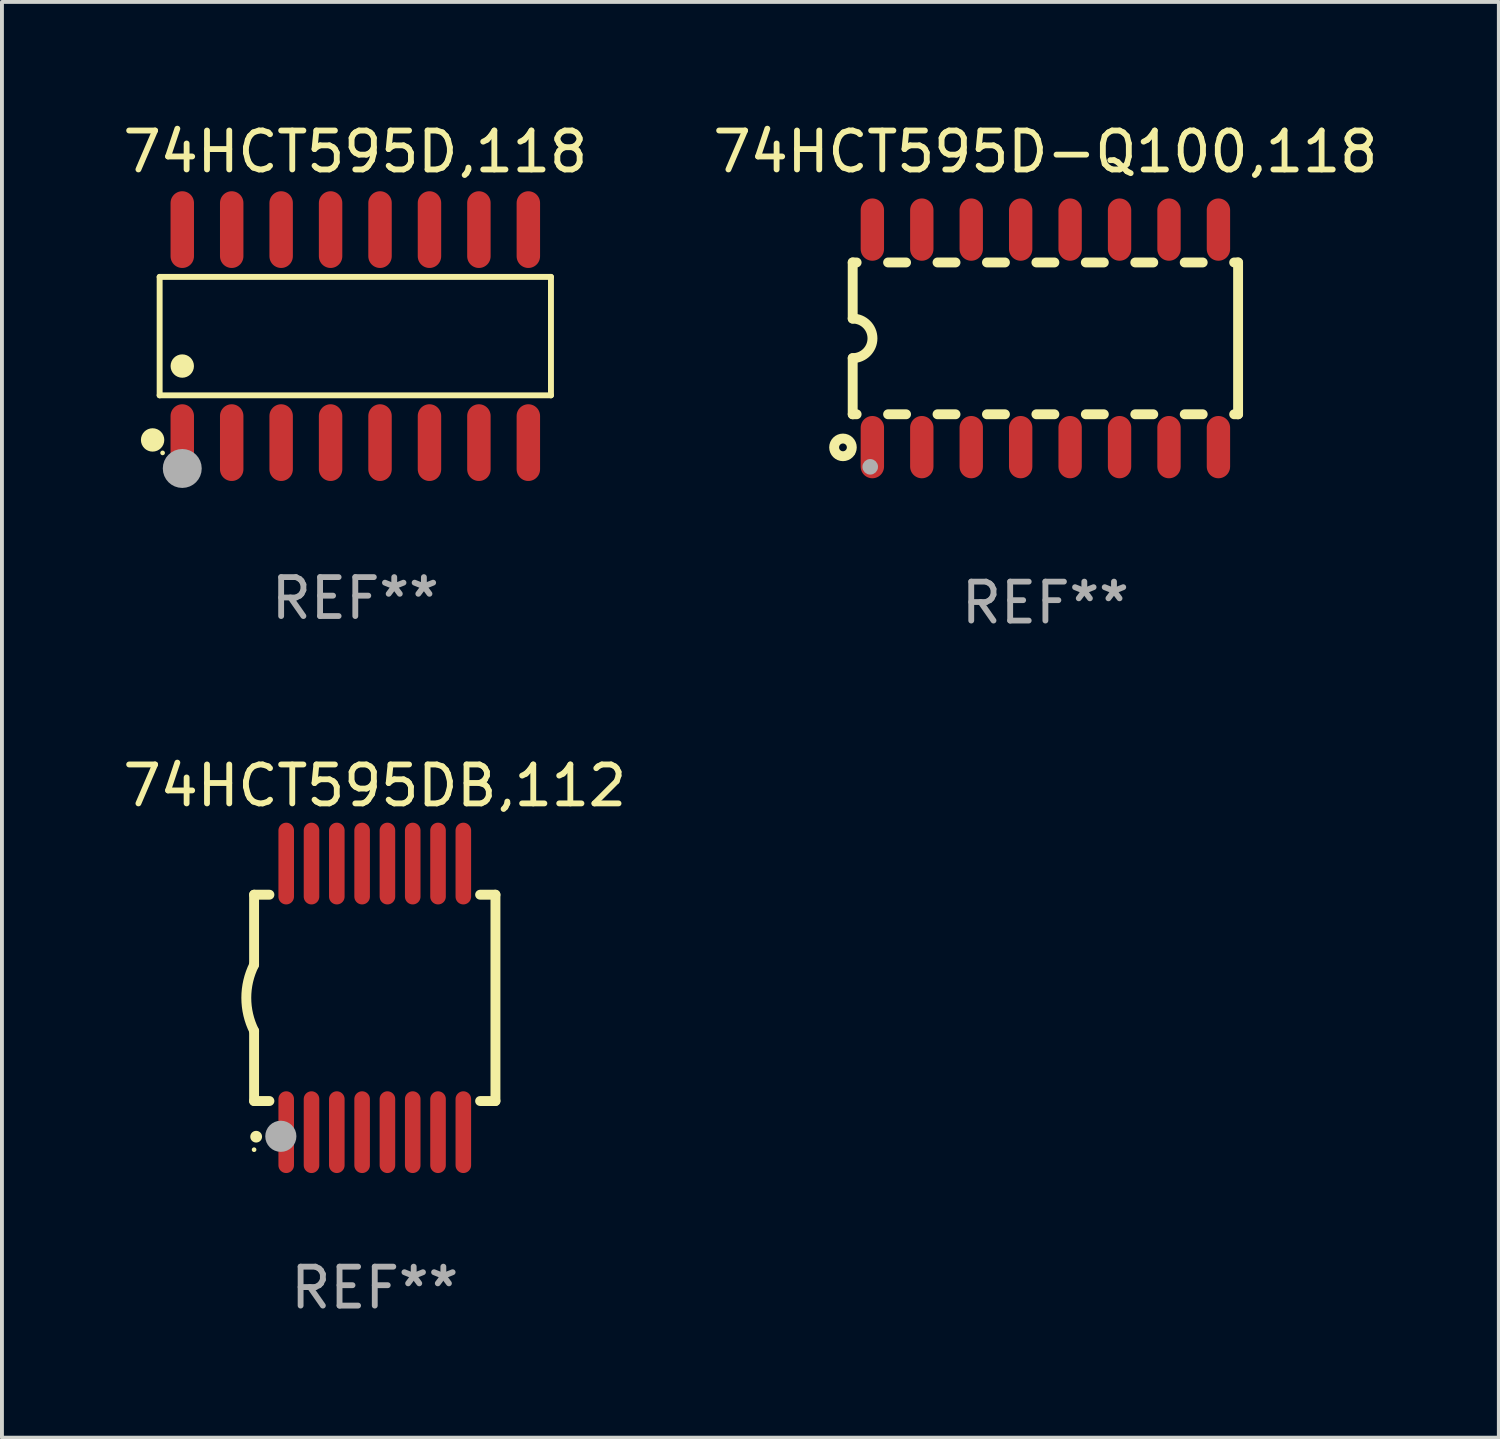
<source format=kicad_pcb>
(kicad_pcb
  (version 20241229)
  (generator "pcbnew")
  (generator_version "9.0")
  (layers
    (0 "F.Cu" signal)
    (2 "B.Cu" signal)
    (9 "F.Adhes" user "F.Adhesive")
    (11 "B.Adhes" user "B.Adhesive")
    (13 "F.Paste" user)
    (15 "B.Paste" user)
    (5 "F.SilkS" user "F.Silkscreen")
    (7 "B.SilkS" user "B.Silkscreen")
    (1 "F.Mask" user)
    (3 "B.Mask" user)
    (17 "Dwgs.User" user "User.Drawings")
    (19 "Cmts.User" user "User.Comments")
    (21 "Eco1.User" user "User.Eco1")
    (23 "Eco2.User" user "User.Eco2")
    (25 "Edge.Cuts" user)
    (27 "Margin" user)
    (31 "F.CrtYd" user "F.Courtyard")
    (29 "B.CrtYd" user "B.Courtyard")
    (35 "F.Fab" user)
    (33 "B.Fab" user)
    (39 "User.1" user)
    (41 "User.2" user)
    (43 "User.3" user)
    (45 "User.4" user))
  (footprint "74HCT595D-Q100,118"
    (layer "F.Cu")
    (at 23.804 5.642)
    (property "Reference" "74HCT595D-Q100,118" (at 0 -4.794 0) (layer "F.SilkS") (effects (font (size 1 1) (thickness 0.15))))
    (attr through_hole)
    (fp_line (start -4.95 -1.95) (end -4.95 -0.508) (stroke (width 0.254) (type solid)) (layer "F.SilkS"))
    (fp_line (start -4.95 -1.95) (end -4.849 -1.95) (stroke (width 0.254) (type solid)) (layer "F.SilkS"))
    (fp_line (start -4.95 1.95) (end -4.95 0.508) (stroke (width 0.254) (type solid)) (layer "F.SilkS"))
    (fp_line (start -4.95 1.95) (end -4.849 1.95) (stroke (width 0.254) (type solid)) (layer "F.SilkS"))
    (fp_line (start -4.041 -1.95) (end -3.579 -1.95) (stroke (width 0.254) (type solid)) (layer "F.SilkS"))
    (fp_line (start -4.041 1.95) (end -3.579 1.95) (stroke (width 0.254) (type solid)) (layer "F.SilkS"))
    (fp_line (start -2.771 -1.95) (end -2.309 -1.95) (stroke (width 0.254) (type solid)) (layer "F.SilkS"))
    (fp_line (start -2.771 1.95) (end -2.309 1.95) (stroke (width 0.254) (type solid)) (layer "F.SilkS"))
    (fp_line (start -1.501 -1.95) (end -1.039 -1.95) (stroke (width 0.254) (type solid)) (layer "F.SilkS"))
    (fp_line (start -1.501 1.95) (end -1.039 1.95) (stroke (width 0.254) (type solid)) (layer "F.SilkS"))
    (fp_line (start -0.231 -1.95) (end 0.231 -1.95) (stroke (width 0.254) (type solid)) (layer "F.SilkS"))
    (fp_line (start -0.231 1.95) (end 0.231 1.95) (stroke (width 0.254) (type solid)) (layer "F.SilkS"))
    (fp_line (start 1.039 -1.95) (end 1.501 -1.95) (stroke (width 0.254) (type solid)) (layer "F.SilkS"))
    (fp_line (start 1.039 1.95) (end 1.501 1.95) (stroke (width 0.254) (type solid)) (layer "F.SilkS"))
    (fp_line (start 2.309 -1.95) (end 2.771 -1.95) (stroke (width 0.254) (type solid)) (layer "F.SilkS"))
    (fp_line (start 2.309 1.95) (end 2.771 1.95) (stroke (width 0.254) (type solid)) (layer "F.SilkS"))
    (fp_line (start 3.579 -1.95) (end 4.041 -1.95) (stroke (width 0.254) (type solid)) (layer "F.SilkS"))
    (fp_line (start 3.579 1.95) (end 4.041 1.95) (stroke (width 0.254) (type solid)) (layer "F.SilkS"))
    (fp_line (start 4.849 -1.95) (end 4.95 -1.95) (stroke (width 0.254) (type solid)) (layer "F.SilkS"))
    (fp_line (start 4.849 1.95) (end 4.95 1.95) (stroke (width 0.254) (type solid)) (layer "F.SilkS"))
    (fp_line (start 4.95 -1.95) (end 4.95 1.95) (stroke (width 0.254) (type solid)) (layer "F.SilkS"))
    (fp_arc (start -4.95047 -0.508001) (mid -4.442469 -0.000228) (end -4.950013 0.508001) (stroke (width 0.254001) (type solid)) (layer "F.SilkS"))
    (fp_circle (center -5.2 2.8) (end -5.1 2.8) (stroke (width 0.254) (type solid)) (fill no) (layer "F.SilkS"))
    (fp_circle (center -4.95 2.947) (end -4.92 2.947) (stroke (width 0.06) (type solid)) (fill no) (layer "F.SilkS"))
    (fp_circle (center -4.5 3.3) (end -4.4 3.3) (stroke (width 0.2) (type solid)) (fill no) (layer "F.Fab"))
    (fp_text user "REF**" (at 0 6.794 0) (layer "F.Fab") (effects (font (size 1 1) (thickness 0.15))))
    (pad "1" smd oval (at -4.445 2.794) (size 0.6 1.6) (layers "F.Cu" "F.Mask" "F.Paste"))
    (pad "2" smd oval (at -3.175 2.794) (size 0.6 1.6) (layers "F.Cu" "F.Mask" "F.Paste"))
    (pad "3" smd oval (at -1.905 2.794) (size 0.6 1.6) (layers "F.Cu" "F.Mask" "F.Paste"))
    (pad "4" smd oval (at -0.635 2.794) (size 0.6 1.6) (layers "F.Cu" "F.Mask" "F.Paste"))
    (pad "5" smd oval (at 0.635 2.794) (size 0.6 1.6) (layers "F.Cu" "F.Mask" "F.Paste"))
    (pad "6" smd oval (at 1.905 2.794) (size 0.6 1.6) (layers "F.Cu" "F.Mask" "F.Paste"))
    (pad "7" smd oval (at 3.175 2.794) (size 0.6 1.6) (layers "F.Cu" "F.Mask" "F.Paste"))
    (pad "8" smd oval (at 4.445 2.794) (size 0.6 1.6) (layers "F.Cu" "F.Mask" "F.Paste"))
    (pad "9" smd oval (at 4.445 -2.794) (size 0.6 1.6) (layers "F.Cu" "F.Mask" "F.Paste"))
    (pad "10" smd oval (at 3.175 -2.794) (size 0.6 1.6) (layers "F.Cu" "F.Mask" "F.Paste"))
    (pad "11" smd oval (at 1.905 -2.794) (size 0.6 1.6) (layers "F.Cu" "F.Mask" "F.Paste"))
    (pad "12" smd oval (at 0.635 -2.794) (size 0.6 1.6) (layers "F.Cu" "F.Mask" "F.Paste"))
    (pad "13" smd oval (at -0.635 -2.794) (size 0.6 1.6) (layers "F.Cu" "F.Mask" "F.Paste"))
    (pad "14" smd oval (at -1.905 -2.794) (size 0.6 1.6) (layers "F.Cu" "F.Mask" "F.Paste"))
    (pad "15" smd oval (at -3.175 -2.794) (size 0.6 1.6) (layers "F.Cu" "F.Mask" "F.Paste"))
    (pad "16" smd oval (at -4.445 -2.794) (size 0.6 1.6) (layers "F.Cu" "F.Mask" "F.Paste")))
  (footprint "74HCT595DB,112"
    (layer "F.Cu")
    (at 6.577 22.583)
    (property "Reference" "74HCT595DB,112" (at 0 -5.45 0) (layer "F.SilkS") (effects (font (size 1 1) (thickness 0.15))))
    (attr through_hole)
    (fp_line (start -3.1 -2.65) (end -3.1 -0.85) (stroke (width 0.254) (type solid)) (layer "F.SilkS"))
    (fp_line (start -3.1 -2.65) (end -2.706 -2.65) (stroke (width 0.254) (type solid)) (layer "F.SilkS"))
    (fp_line (start -3.1 2.65) (end -3.1 0.85) (stroke (width 0.254) (type solid)) (layer "F.SilkS"))
    (fp_line (start -3.1 2.65) (end -2.706 2.65) (stroke (width 0.254) (type solid)) (layer "F.SilkS"))
    (fp_line (start 2.706 -2.65) (end 3.1 -2.65) (stroke (width 0.254) (type solid)) (layer "F.SilkS"))
    (fp_line (start 2.706 2.65) (end 3.1 2.65) (stroke (width 0.254) (type solid)) (layer "F.SilkS"))
    (fp_line (start 3.1 -2.65) (end 3.1 2.65) (stroke (width 0.254) (type solid)) (layer "F.SilkS"))
    (fp_arc (start -3.098907 0.850902) (mid -3.300057 0.000523) (end -3.1 -0.850114) (stroke (width 0.254001) (type solid)) (layer "F.SilkS"))
    (fp_arc (start -3.048006 3.566066) (mid -3.046736 3.566061) (end -3.045466 3.566066) (stroke (width 0.3) (type solid)) (layer "F.SilkS"))
    (fp_circle (center -3.1 3.9) (end -3.07 3.9) (stroke (width 0.06) (type solid)) (fill no) (layer "F.SilkS"))
    (fp_circle (center -2.413 3.556) (end -2.213 3.556) (stroke (width 0.4) (type solid)) (fill no) (layer "F.Fab"))
    (fp_text user "REF**" (at 0 7.45 0) (layer "F.Fab") (effects (font (size 1 1) (thickness 0.15))))
    (pad "1" smd oval (at -2.275 3.45 180) (size 0.4 2.1) (layers "F.Cu" "F.Mask" "F.Paste"))
    (pad "2" smd oval (at -1.625 3.45 180) (size 0.4 2.1) (layers "F.Cu" "F.Mask" "F.Paste"))
    (pad "3" smd oval (at -0.975 3.45 180) (size 0.4 2.1) (layers "F.Cu" "F.Mask" "F.Paste"))
    (pad "4" smd oval (at -0.325 3.45 180) (size 0.4 2.1) (layers "F.Cu" "F.Mask" "F.Paste"))
    (pad "5" smd oval (at 0.325 3.45 180) (size 0.4 2.1) (layers "F.Cu" "F.Mask" "F.Paste"))
    (pad "6" smd oval (at 0.975 3.45 180) (size 0.4 2.1) (layers "F.Cu" "F.Mask" "F.Paste"))
    (pad "7" smd oval (at 1.625 3.45 180) (size 0.4 2.1) (layers "F.Cu" "F.Mask" "F.Paste"))
    (pad "8" smd oval (at 2.275 3.45 180) (size 0.4 2.1) (layers "F.Cu" "F.Mask" "F.Paste"))
    (pad "9" smd oval (at 2.275 -3.45 180) (size 0.4 2.1) (layers "F.Cu" "F.Mask" "F.Paste"))
    (pad "10" smd oval (at 1.625 -3.45 180) (size 0.4 2.1) (layers "F.Cu" "F.Mask" "F.Paste"))
    (pad "11" smd oval (at 0.975 -3.45 180) (size 0.4 2.1) (layers "F.Cu" "F.Mask" "F.Paste"))
    (pad "12" smd oval (at 0.325 -3.45 180) (size 0.4 2.1) (layers "F.Cu" "F.Mask" "F.Paste"))
    (pad "13" smd oval (at -0.325 -3.45 180) (size 0.4 2.1) (layers "F.Cu" "F.Mask" "F.Paste"))
    (pad "14" smd oval (at -0.975 -3.45 180) (size 0.4 2.1) (layers "F.Cu" "F.Mask" "F.Paste"))
    (pad "15" smd oval (at -1.625 -3.45 180) (size 0.4 2.1) (layers "F.Cu" "F.Mask" "F.Paste"))
    (pad "16" smd oval (at -2.275 -3.45 180) (size 0.4 2.1) (layers "F.Cu" "F.Mask" "F.Paste")))
  (footprint "74HCT595D,118"
    (layer "F.Cu")
    (at 6.077 5.584)
    (property "Reference" "74HCT595D,118" (at 0 -4.736 0) (layer "F.SilkS") (effects (font (size 1 1) (thickness 0.15))))
    (attr through_hole)
    (fp_line (start -5.026 -1.521) (end 5.026 -1.521) (stroke (width 0.152) (type solid)) (layer "F.SilkS"))
    (fp_line (start -5.026 1.521) (end -5.026 -1.521) (stroke (width 0.152) (type solid)) (layer "F.SilkS"))
    (fp_line (start 5.026 -1.521) (end 5.026 1.521) (stroke (width 0.152) (type solid)) (layer "F.SilkS"))
    (fp_line (start 5.026 1.521) (end -5.026 1.521) (stroke (width 0.152) (type solid)) (layer "F.SilkS"))
    (fp_circle (center -5.207 2.667) (end -5.057 2.667) (stroke (width 0.3) (type solid)) (fill no) (layer "F.SilkS"))
    (fp_circle (center -4.95 3) (end -4.92 3) (stroke (width 0.06) (type solid)) (fill no) (layer "F.SilkS"))
    (fp_circle (center -4.445 0.769) (end -4.295 0.769) (stroke (width 0.3) (type solid)) (fill no) (layer "F.SilkS"))
    (fp_circle (center -4.445 3.4) (end -4.195 3.4) (stroke (width 0.5) (type solid)) (fill no) (layer "F.Fab"))
    (fp_text user "REF**" (at 0 6.736 0) (layer "F.Fab") (effects (font (size 1 1) (thickness 0.15))))
    (pad "1" smd oval (at -4.445 2.736) (size 0.602 1.971) (layers "F.Cu" "F.Mask" "F.Paste"))
    (pad "2" smd oval (at -3.175 2.736) (size 0.602 1.971) (layers "F.Cu" "F.Mask" "F.Paste"))
    (pad "3" smd oval (at -1.905 2.736) (size 0.602 1.971) (layers "F.Cu" "F.Mask" "F.Paste"))
    (pad "4" smd oval (at -0.635 2.736) (size 0.602 1.971) (layers "F.Cu" "F.Mask" "F.Paste"))
    (pad "5" smd oval (at 0.635 2.736) (size 0.602 1.971) (layers "F.Cu" "F.Mask" "F.Paste"))
    (pad "6" smd oval (at 1.905 2.736) (size 0.602 1.971) (layers "F.Cu" "F.Mask" "F.Paste"))
    (pad "7" smd oval (at 3.175 2.736) (size 0.602 1.971) (layers "F.Cu" "F.Mask" "F.Paste"))
    (pad "8" smd oval (at 4.445 2.736) (size 0.602 1.971) (layers "F.Cu" "F.Mask" "F.Paste"))
    (pad "9" smd oval (at 4.445 -2.736) (size 0.602 1.971) (layers "F.Cu" "F.Mask" "F.Paste"))
    (pad "10" smd oval (at 3.175 -2.736) (size 0.602 1.971) (layers "F.Cu" "F.Mask" "F.Paste"))
    (pad "11" smd oval (at 1.905 -2.736) (size 0.602 1.971) (layers "F.Cu" "F.Mask" "F.Paste"))
    (pad "12" smd oval (at 0.635 -2.736) (size 0.602 1.971) (layers "F.Cu" "F.Mask" "F.Paste"))
    (pad "13" smd oval (at -0.635 -2.736) (size 0.602 1.971) (layers "F.Cu" "F.Mask" "F.Paste"))
    (pad "14" smd oval (at -1.905 -2.736) (size 0.602 1.971) (layers "F.Cu" "F.Mask" "F.Paste"))
    (pad "15" smd oval (at -3.175 -2.736) (size 0.602 1.971) (layers "F.Cu" "F.Mask" "F.Paste"))
    (pad "16" smd oval (at -4.445 -2.736) (size 0.602 1.971) (layers "F.Cu" "F.Mask" "F.Paste")))
  (gr_rect
    (start -3 -3)
    (end 35.452 33.881)
    (stroke (width 0.1) (type default))
    (fill no)
    (layer "Edge.Cuts")))
</source>
